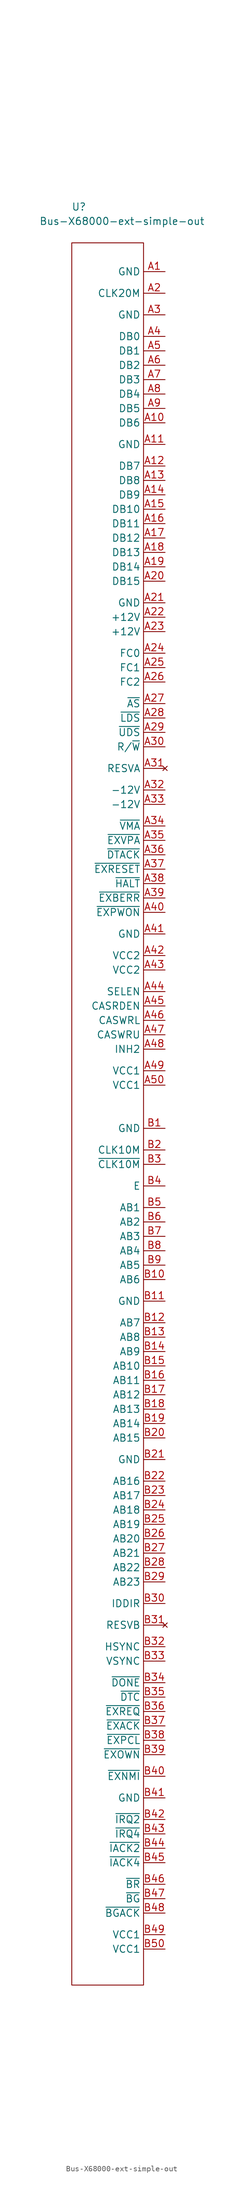
<source format=kicad_sym>
(kicad_symbol_lib
  (version 20211014)
  (generator kicad_symbol_editor)
  (symbol "Bus-X68000-ext-simple-out"
    (property "Reference" "U"
      (at -5.08 24.13 0)
      (effects (font (size 1.27 1.27))))
    (property "Value" "Bus-X68000-ext-simple-out"
      (at 2.54 21.59 0)
      (effects (font (size 1.27 1.27))))
    (symbol "Bus-X68000-ext-simple-out_0_1"
      (rectangle (start -6.35 17.78) (end 6.35 -289.56) (stroke (width 0) (type default) (color 0 0 0 0)) (fill (type none))))
    (symbol "Bus-X68000-ext-simple-out_1_1"
      (pin power_in line (at 10.16 12.7 180) (length 3.81) (name "GND" (effects (font (size 1.27 1.27)))) (number "A1" (effects (font (size 1.27 1.27)))))
      (pin bidirectional line (at 10.16 -13.97 180) (length 3.81) (name "DB6" (effects (font (size 1.27 1.27)))) (number "A10" (effects (font (size 1.27 1.27)))))
      (pin power_in line (at 10.16 -17.78 180) (length 3.81) (name "GND" (effects (font (size 1.27 1.27)))) (number "A11" (effects (font (size 1.27 1.27)))))
      (pin bidirectional line (at 10.16 -21.59 180) (length 3.81) (name "DB7" (effects (font (size 1.27 1.27)))) (number "A12" (effects (font (size 1.27 1.27)))))
      (pin bidirectional line (at 10.16 -24.13 180) (length 3.81) (name "DB8" (effects (font (size 1.27 1.27)))) (number "A13" (effects (font (size 1.27 1.27)))))
      (pin bidirectional line (at 10.16 -26.67 180) (length 3.81) (name "DB9" (effects (font (size 1.27 1.27)))) (number "A14" (effects (font (size 1.27 1.27)))))
      (pin bidirectional line (at 10.16 -29.21 180) (length 3.81) (name "DB10" (effects (font (size 1.27 1.27)))) (number "A15" (effects (font (size 1.27 1.27)))))
      (pin bidirectional line (at 10.16 -31.75 180) (length 3.81) (name "DB11" (effects (font (size 1.27 1.27)))) (number "A16" (effects (font (size 1.27 1.27)))))
      (pin bidirectional line (at 10.16 -34.29 180) (length 3.81) (name "DB12" (effects (font (size 1.27 1.27)))) (number "A17" (effects (font (size 1.27 1.27)))))
      (pin bidirectional line (at 10.16 -36.83 180) (length 3.81) (name "DB13" (effects (font (size 1.27 1.27)))) (number "A18" (effects (font (size 1.27 1.27)))))
      (pin bidirectional line (at 10.16 -39.37 180) (length 3.81) (name "DB14" (effects (font (size 1.27 1.27)))) (number "A19" (effects (font (size 1.27 1.27)))))
      (pin input line (at 10.16 8.89 180) (length 3.81) (name "CLK20M" (effects (font (size 1.27 1.27)))) (number "A2" (effects (font (size 1.27 1.27)))))
      (pin bidirectional line (at 10.16 -41.91 180) (length 3.81) (name "DB15" (effects (font (size 1.27 1.27)))) (number "A20" (effects (font (size 1.27 1.27)))))
      (pin power_in line (at 10.16 -45.72 180) (length 3.81) (name "GND" (effects (font (size 1.27 1.27)))) (number "A21" (effects (font (size 1.27 1.27)))))
      (pin power_in line (at 10.16 -48.26 180) (length 3.81) (name "+12V" (effects (font (size 1.27 1.27)))) (number "A22" (effects (font (size 1.27 1.27)))))
      (pin power_in line (at 10.16 -50.8 180) (length 3.81) (name "+12V" (effects (font (size 1.27 1.27)))) (number "A23" (effects (font (size 1.27 1.27)))))
      (pin bidirectional line (at 10.16 -54.61 180) (length 3.81) (name "FC0" (effects (font (size 1.27 1.27)))) (number "A24" (effects (font (size 1.27 1.27)))))
      (pin bidirectional line (at 10.16 -57.15 180) (length 3.81) (name "FC1" (effects (font (size 1.27 1.27)))) (number "A25" (effects (font (size 1.27 1.27)))))
      (pin bidirectional line (at 10.16 -59.69 180) (length 3.81) (name "FC2" (effects (font (size 1.27 1.27)))) (number "A26" (effects (font (size 1.27 1.27)))))
      (pin bidirectional line (at 10.16 -63.5 180) (length 3.81) (name "~{AS}" (effects (font (size 1.27 1.27)))) (number "A27" (effects (font (size 1.27 1.27)))))
      (pin bidirectional line (at 10.16 -66.04 180) (length 3.81) (name "~{LDS}" (effects (font (size 1.27 1.27)))) (number "A28" (effects (font (size 1.27 1.27)))))
      (pin bidirectional line (at 10.16 -68.58 180) (length 3.81) (name "~{UDS}" (effects (font (size 1.27 1.27)))) (number "A29" (effects (font (size 1.27 1.27)))))
      (pin power_in line (at 10.16 5.08 180) (length 3.81) (name "GND" (effects (font (size 1.27 1.27)))) (number "A3" (effects (font (size 1.27 1.27)))))
      (pin bidirectional line (at 10.16 -71.12 180) (length 3.81) (name "R/~{W}" (effects (font (size 1.27 1.27)))) (number "A30" (effects (font (size 1.27 1.27)))))
      (pin no_connect line (at 10.16 -74.93 180) (length 3.81) (name "RESVA" (effects (font (size 1.27 1.27)))) (number "A31" (effects (font (size 1.27 1.27)))))
      (pin power_in line (at 10.16 -78.74 180) (length 3.81) (name "-12V" (effects (font (size 1.27 1.27)))) (number "A32" (effects (font (size 1.27 1.27)))))
      (pin power_in line (at 10.16 -81.28 180) (length 3.81) (name "-12V" (effects (font (size 1.27 1.27)))) (number "A33" (effects (font (size 1.27 1.27)))))
      (pin input line (at 10.16 -85.09 180) (length 3.81) (name "~{VMA}" (effects (font (size 1.27 1.27)))) (number "A34" (effects (font (size 1.27 1.27)))))
      (pin output line (at 10.16 -87.63 180) (length 3.81) (name "~{EXVPA}" (effects (font (size 1.27 1.27)))) (number "A35" (effects (font (size 1.27 1.27)))))
      (pin bidirectional line (at 10.16 -90.17 180) (length 3.81) (name "~{DTACK}" (effects (font (size 1.27 1.27)))) (number "A36" (effects (font (size 1.27 1.27)))))
      (pin input line (at 10.16 -92.71 180) (length 3.81) (name "~{EXRESET}" (effects (font (size 1.27 1.27)))) (number "A37" (effects (font (size 1.27 1.27)))))
      (pin bidirectional line (at 10.16 -95.25 180) (length 3.81) (name "~{HALT}" (effects (font (size 1.27 1.27)))) (number "A38" (effects (font (size 1.27 1.27)))))
      (pin bidirectional line (at 10.16 -97.79 180) (length 3.81) (name "~{EXBERR}" (effects (font (size 1.27 1.27)))) (number "A39" (effects (font (size 1.27 1.27)))))
      (pin bidirectional line (at 10.16 1.27 180) (length 3.81) (name "DB0" (effects (font (size 1.27 1.27)))) (number "A4" (effects (font (size 1.27 1.27)))))
      (pin output line (at 10.16 -100.33 180) (length 3.81) (name "~{EXPWON}" (effects (font (size 1.27 1.27)))) (number "A40" (effects (font (size 1.27 1.27)))))
      (pin power_in line (at 10.16 -104.14 180) (length 3.81) (name "GND" (effects (font (size 1.27 1.27)))) (number "A41" (effects (font (size 1.27 1.27)))))
      (pin power_in line (at 10.16 -107.95 180) (length 3.81) (name "VCC2" (effects (font (size 1.27 1.27)))) (number "A42" (effects (font (size 1.27 1.27)))))
      (pin power_in line (at 10.16 -110.49 180) (length 3.81) (name "VCC2" (effects (font (size 1.27 1.27)))) (number "A43" (effects (font (size 1.27 1.27)))))
      (pin input line (at 10.16 -114.3 180) (length 3.81) (name "SELEN" (effects (font (size 1.27 1.27)))) (number "A44" (effects (font (size 1.27 1.27)))))
      (pin input line (at 10.16 -116.84 180) (length 3.81) (name "CASRDEN" (effects (font (size 1.27 1.27)))) (number "A45" (effects (font (size 1.27 1.27)))))
      (pin input line (at 10.16 -119.38 180) (length 3.81) (name "CASWRL" (effects (font (size 1.27 1.27)))) (number "A46" (effects (font (size 1.27 1.27)))))
      (pin input line (at 10.16 -121.92 180) (length 3.81) (name "CASWRU" (effects (font (size 1.27 1.27)))) (number "A47" (effects (font (size 1.27 1.27)))))
      (pin input line (at 10.16 -124.46 180) (length 3.81) (name "INH2" (effects (font (size 1.27 1.27)))) (number "A48" (effects (font (size 1.27 1.27)))))
      (pin power_in line (at 10.16 -128.27 180) (length 3.81) (name "VCC1" (effects (font (size 1.27 1.27)))) (number "A49" (effects (font (size 1.27 1.27)))))
      (pin bidirectional line (at 10.16 -1.27 180) (length 3.81) (name "DB1" (effects (font (size 1.27 1.27)))) (number "A5" (effects (font (size 1.27 1.27)))))
      (pin power_in line (at 10.16 -130.81 180) (length 3.81) (name "VCC1" (effects (font (size 1.27 1.27)))) (number "A50" (effects (font (size 1.27 1.27)))))
      (pin bidirectional line (at 10.16 -3.81 180) (length 3.81) (name "DB2" (effects (font (size 1.27 1.27)))) (number "A6" (effects (font (size 1.27 1.27)))))
      (pin bidirectional line (at 10.16 -6.35 180) (length 3.81) (name "DB3" (effects (font (size 1.27 1.27)))) (number "A7" (effects (font (size 1.27 1.27)))))
      (pin bidirectional line (at 10.16 -8.89 180) (length 3.81) (name "DB4" (effects (font (size 1.27 1.27)))) (number "A8" (effects (font (size 1.27 1.27)))))
      (pin bidirectional line (at 10.16 -11.43 180) (length 3.81) (name "DB5" (effects (font (size 1.27 1.27)))) (number "A9" (effects (font (size 1.27 1.27)))))
      (pin power_in line (at 10.16 -138.43 180) (length 3.81) (name "GND" (effects (font (size 1.27 1.27)))) (number "B1" (effects (font (size 1.27 1.27)))))
      (pin bidirectional line (at 10.16 -165.1 180) (length 3.81) (name "AB6" (effects (font (size 1.27 1.27)))) (number "B10" (effects (font (size 1.27 1.27)))))
      (pin power_in line (at 10.16 -168.91 180) (length 3.81) (name "GND" (effects (font (size 1.27 1.27)))) (number "B11" (effects (font (size 1.27 1.27)))))
      (pin bidirectional line (at 10.16 -172.72 180) (length 3.81) (name "AB7" (effects (font (size 1.27 1.27)))) (number "B12" (effects (font (size 1.27 1.27)))))
      (pin bidirectional line (at 10.16 -175.26 180) (length 3.81) (name "AB8" (effects (font (size 1.27 1.27)))) (number "B13" (effects (font (size 1.27 1.27)))))
      (pin bidirectional line (at 10.16 -177.8 180) (length 3.81) (name "AB9" (effects (font (size 1.27 1.27)))) (number "B14" (effects (font (size 1.27 1.27)))))
      (pin bidirectional line (at 10.16 -180.34 180) (length 3.81) (name "AB10" (effects (font (size 1.27 1.27)))) (number "B15" (effects (font (size 1.27 1.27)))))
      (pin bidirectional line (at 10.16 -182.88 180) (length 3.81) (name "AB11" (effects (font (size 1.27 1.27)))) (number "B16" (effects (font (size 1.27 1.27)))))
      (pin bidirectional line (at 10.16 -185.42 180) (length 3.81) (name "AB12" (effects (font (size 1.27 1.27)))) (number "B17" (effects (font (size 1.27 1.27)))))
      (pin bidirectional line (at 10.16 -187.96 180) (length 3.81) (name "AB13" (effects (font (size 1.27 1.27)))) (number "B18" (effects (font (size 1.27 1.27)))))
      (pin bidirectional line (at 10.16 -190.5 180) (length 3.81) (name "AB14" (effects (font (size 1.27 1.27)))) (number "B19" (effects (font (size 1.27 1.27)))))
      (pin input line (at 10.16 -142.24 180) (length 3.81) (name "CLK10M" (effects (font (size 1.27 1.27)))) (number "B2" (effects (font (size 1.27 1.27)))))
      (pin bidirectional line (at 10.16 -193.04 180) (length 3.81) (name "AB15" (effects (font (size 1.27 1.27)))) (number "B20" (effects (font (size 1.27 1.27)))))
      (pin power_in line (at 10.16 -196.85 180) (length 3.81) (name "GND" (effects (font (size 1.27 1.27)))) (number "B21" (effects (font (size 1.27 1.27)))))
      (pin bidirectional line (at 10.16 -200.66 180) (length 3.81) (name "AB16" (effects (font (size 1.27 1.27)))) (number "B22" (effects (font (size 1.27 1.27)))))
      (pin bidirectional line (at 10.16 -203.2 180) (length 3.81) (name "AB17" (effects (font (size 1.27 1.27)))) (number "B23" (effects (font (size 1.27 1.27)))))
      (pin bidirectional line (at 10.16 -205.74 180) (length 3.81) (name "AB18" (effects (font (size 1.27 1.27)))) (number "B24" (effects (font (size 1.27 1.27)))))
      (pin bidirectional line (at 10.16 -208.28 180) (length 3.81) (name "AB19" (effects (font (size 1.27 1.27)))) (number "B25" (effects (font (size 1.27 1.27)))))
      (pin bidirectional line (at 10.16 -210.82 180) (length 3.81) (name "AB20" (effects (font (size 1.27 1.27)))) (number "B26" (effects (font (size 1.27 1.27)))))
      (pin bidirectional line (at 10.16 -213.36 180) (length 3.81) (name "AB21" (effects (font (size 1.27 1.27)))) (number "B27" (effects (font (size 1.27 1.27)))))
      (pin bidirectional line (at 10.16 -215.9 180) (length 3.81) (name "AB22" (effects (font (size 1.27 1.27)))) (number "B28" (effects (font (size 1.27 1.27)))))
      (pin bidirectional line (at 10.16 -218.44 180) (length 3.81) (name "AB23" (effects (font (size 1.27 1.27)))) (number "B29" (effects (font (size 1.27 1.27)))))
      (pin input line (at 10.16 -144.78 180) (length 3.81) (name "~{CLK10M}" (effects (font (size 1.27 1.27)))) (number "B3" (effects (font (size 1.27 1.27)))))
      (pin input line (at 10.16 -222.25 180) (length 3.81) (name "IDDIR" (effects (font (size 1.27 1.27)))) (number "B30" (effects (font (size 1.27 1.27)))))
      (pin no_connect line (at 10.16 -226.06 180) (length 3.81) (name "RESVB" (effects (font (size 1.27 1.27)))) (number "B31" (effects (font (size 1.27 1.27)))))
      (pin input line (at 10.16 -229.87 180) (length 3.81) (name "HSYNC" (effects (font (size 1.27 1.27)))) (number "B32" (effects (font (size 1.27 1.27)))))
      (pin input line (at 10.16 -232.41 180) (length 3.81) (name "VSYNC" (effects (font (size 1.27 1.27)))) (number "B33" (effects (font (size 1.27 1.27)))))
      (pin input line (at 10.16 -236.22 180) (length 3.81) (name "~{DONE}" (effects (font (size 1.27 1.27)))) (number "B34" (effects (font (size 1.27 1.27)))))
      (pin bidirectional line (at 10.16 -238.76 180) (length 3.81) (name "~{DTC}" (effects (font (size 1.27 1.27)))) (number "B35" (effects (font (size 1.27 1.27)))))
      (pin input line (at 10.16 -241.3 180) (length 3.81) (name "~{EXREQ}" (effects (font (size 1.27 1.27)))) (number "B36" (effects (font (size 1.27 1.27)))))
      (pin input line (at 10.16 -243.84 180) (length 3.81) (name "~{EXACK}" (effects (font (size 1.27 1.27)))) (number "B37" (effects (font (size 1.27 1.27)))))
      (pin bidirectional line (at 10.16 -246.38 180) (length 3.81) (name "~{EXPCL}" (effects (font (size 1.27 1.27)))) (number "B38" (effects (font (size 1.27 1.27)))))
      (pin bidirectional line (at 10.16 -248.92 180) (length 3.81) (name "~{EXOWN}" (effects (font (size 1.27 1.27)))) (number "B39" (effects (font (size 1.27 1.27)))))
      (pin input line (at 10.16 -148.59 180) (length 3.81) (name "E" (effects (font (size 1.27 1.27)))) (number "B4" (effects (font (size 1.27 1.27)))))
      (pin bidirectional line (at 10.16 -252.73 180) (length 3.81) (name "~{EXNMI}" (effects (font (size 1.27 1.27)))) (number "B40" (effects (font (size 1.27 1.27)))))
      (pin power_in line (at 10.16 -256.54 180) (length 3.81) (name "GND" (effects (font (size 1.27 1.27)))) (number "B41" (effects (font (size 1.27 1.27)))))
      (pin output line (at 10.16 -260.35 180) (length 3.81) (name "~{IRQ2}" (effects (font (size 1.27 1.27)))) (number "B42" (effects (font (size 1.27 1.27)))))
      (pin output line (at 10.16 -262.89 180) (length 3.81) (name "~{IRQ4}" (effects (font (size 1.27 1.27)))) (number "B43" (effects (font (size 1.27 1.27)))))
      (pin input line (at 10.16 -265.43 180) (length 3.81) (name "~{IACK2}" (effects (font (size 1.27 1.27)))) (number "B44" (effects (font (size 1.27 1.27)))))
      (pin input line (at 10.16 -267.97 180) (length 3.81) (name "~{IACK4}" (effects (font (size 1.27 1.27)))) (number "B45" (effects (font (size 1.27 1.27)))))
      (pin output line (at 10.16 -271.78 180) (length 3.81) (name "~{BR}" (effects (font (size 1.27 1.27)))) (number "B46" (effects (font (size 1.27 1.27)))))
      (pin input line (at 10.16 -274.32 180) (length 3.81) (name "~{BG}" (effects (font (size 1.27 1.27)))) (number "B47" (effects (font (size 1.27 1.27)))))
      (pin output line (at 10.16 -276.86 180) (length 3.81) (name "~{BGACK}" (effects (font (size 1.27 1.27)))) (number "B48" (effects (font (size 1.27 1.27)))))
      (pin power_in line (at 10.16 -280.67 180) (length 3.81) (name "VCC1" (effects (font (size 1.27 1.27)))) (number "B49" (effects (font (size 1.27 1.27)))))
      (pin bidirectional line (at 10.16 -152.4 180) (length 3.81) (name "AB1" (effects (font (size 1.27 1.27)))) (number "B5" (effects (font (size 1.27 1.27)))))
      (pin power_in line (at 10.16 -283.21 180) (length 3.81) (name "VCC1" (effects (font (size 1.27 1.27)))) (number "B50" (effects (font (size 1.27 1.27)))))
      (pin bidirectional line (at 10.16 -154.94 180) (length 3.81) (name "AB2" (effects (font (size 1.27 1.27)))) (number "B6" (effects (font (size 1.27 1.27)))))
      (pin bidirectional line (at 10.16 -157.48 180) (length 3.81) (name "AB3" (effects (font (size 1.27 1.27)))) (number "B7" (effects (font (size 1.27 1.27)))))
      (pin bidirectional line (at 10.16 -160.02 180) (length 3.81) (name "AB4" (effects (font (size 1.27 1.27)))) (number "B8" (effects (font (size 1.27 1.27)))))
      (pin bidirectional line (at 10.16 -162.56 180) (length 3.81) (name "AB5" (effects (font (size 1.27 1.27)))) (number "B9" (effects (font (size 1.27 1.27))))))))
</source>
